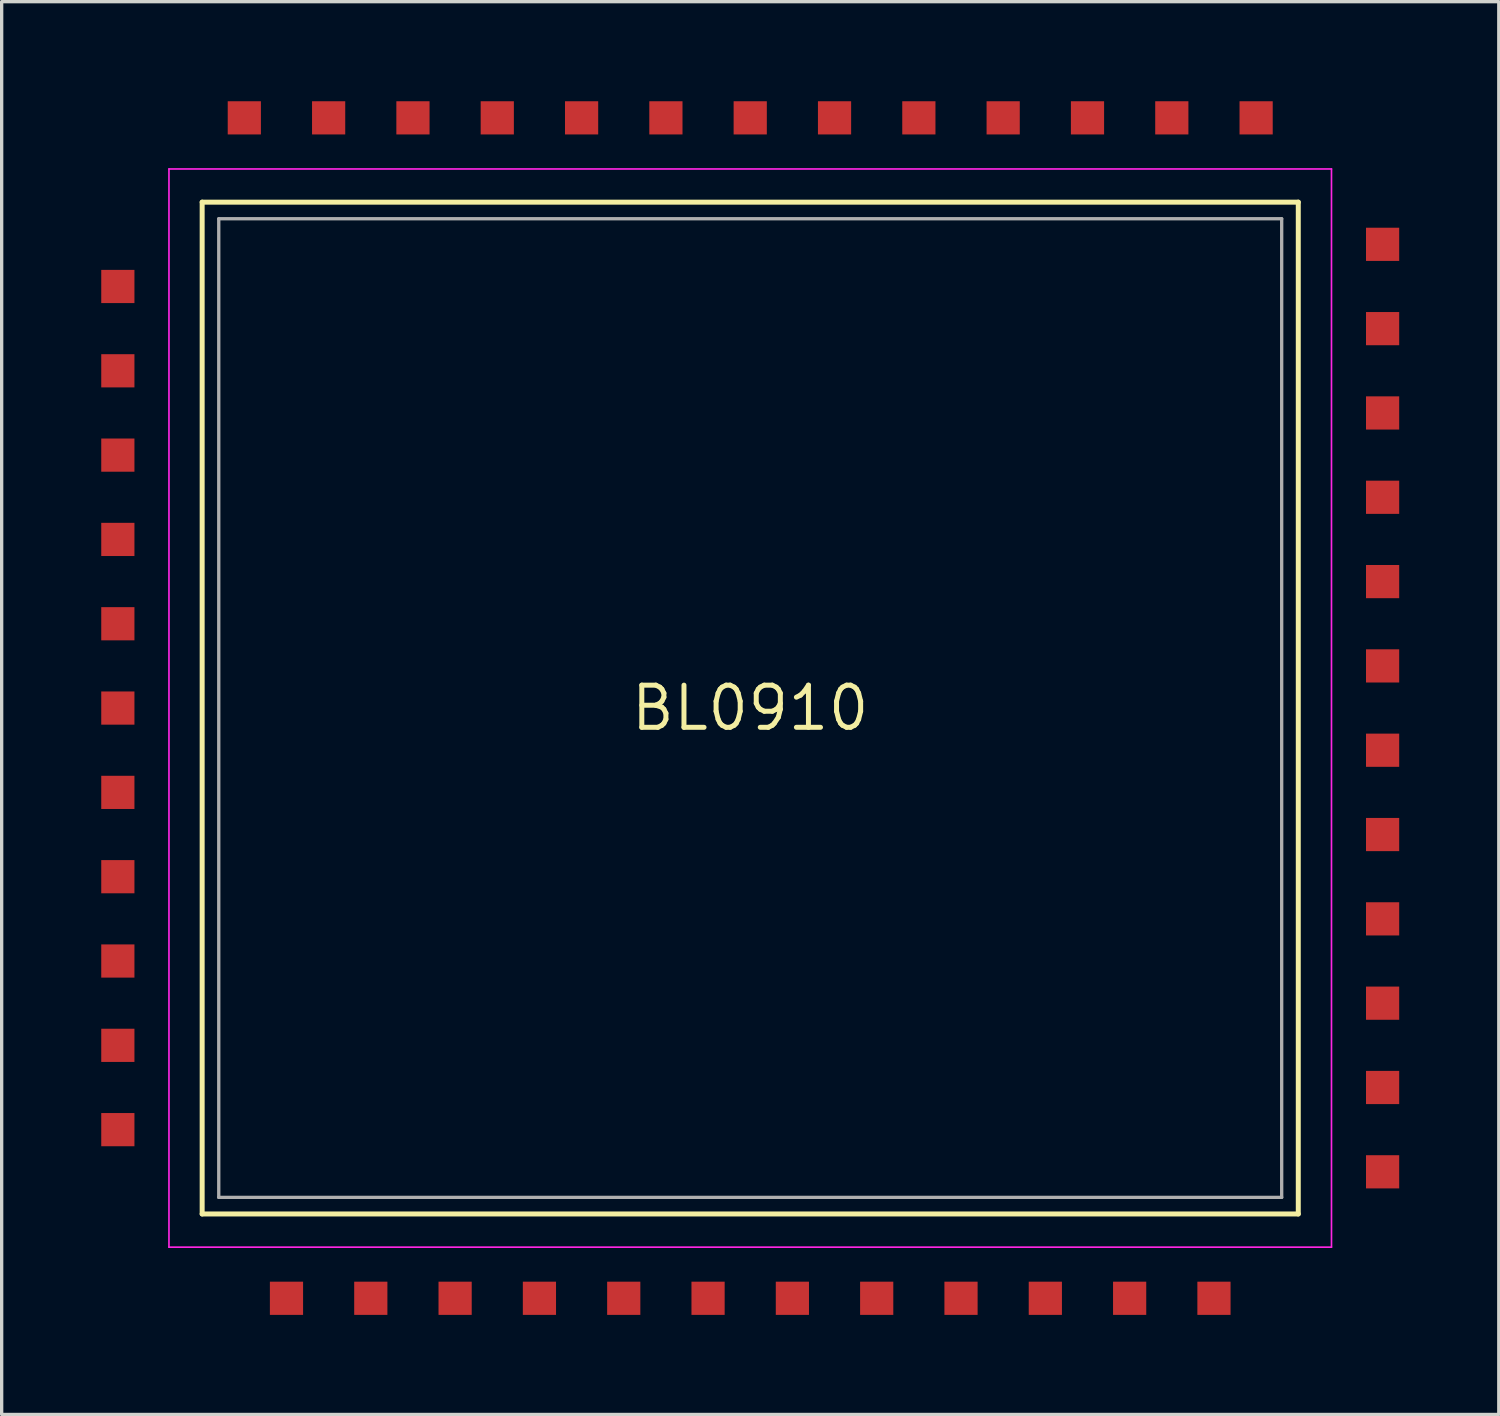
<source format=kicad_pcb>
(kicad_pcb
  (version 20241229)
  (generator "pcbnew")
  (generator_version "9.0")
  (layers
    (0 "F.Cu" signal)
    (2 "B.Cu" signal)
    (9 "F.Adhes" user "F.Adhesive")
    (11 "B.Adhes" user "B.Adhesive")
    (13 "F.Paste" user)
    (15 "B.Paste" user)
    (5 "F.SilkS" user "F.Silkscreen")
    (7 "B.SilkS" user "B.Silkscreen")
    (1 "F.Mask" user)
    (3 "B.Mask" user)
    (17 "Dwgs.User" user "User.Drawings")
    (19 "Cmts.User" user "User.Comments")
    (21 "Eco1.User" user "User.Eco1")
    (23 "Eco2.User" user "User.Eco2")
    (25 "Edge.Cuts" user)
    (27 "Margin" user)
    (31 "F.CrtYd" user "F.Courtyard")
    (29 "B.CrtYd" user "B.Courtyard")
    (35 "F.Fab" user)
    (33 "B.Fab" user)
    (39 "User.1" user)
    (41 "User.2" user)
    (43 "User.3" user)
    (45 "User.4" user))
  (footprint "BL0910"
    (layer "F.Cu")
    (at 19.55 18.28)
    (property "Reference" "BL0910" (at 0 0 0) (layer "F.SilkS") (effects (font (size 1.27 1.27) (thickness 0.15))))
    (attr smd)
    (fp_line (start -16.51 -15.24) (end 16.51 -15.24) (stroke (width 0.15) (type solid)) (layer "F.SilkS"))
    (fp_line (start -16.51 15.24) (end -16.51 -15.24) (stroke (width 0.15) (type solid)) (layer "F.SilkS"))
    (fp_line (start 16.51 -15.24) (end 16.51 15.24) (stroke (width 0.15) (type solid)) (layer "F.SilkS"))
    (fp_line (start 16.51 15.24) (end -16.51 15.24) (stroke (width 0.15) (type solid)) (layer "F.SilkS"))
    (fp_line (start -17.51 -16.24) (end 17.51 -16.24) (stroke (width 0.05) (type solid)) (layer "F.CrtYd"))
    (fp_line (start -17.51 16.24) (end -17.51 -16.24) (stroke (width 0.05) (type solid)) (layer "F.CrtYd"))
    (fp_line (start 17.51 -16.24) (end 17.51 16.24) (stroke (width 0.05) (type solid)) (layer "F.CrtYd"))
    (fp_line (start 17.51 16.24) (end -17.51 16.24) (stroke (width 0.05) (type solid)) (layer "F.CrtYd"))
    (fp_line (start -16.01 -14.74) (end 16.01 -14.74) (stroke (width 0.1) (type solid)) (layer "F.Fab"))
    (fp_line (start -16.01 14.74) (end -16.01 -14.74) (stroke (width 0.1) (type solid)) (layer "F.Fab"))
    (fp_line (start 16.01 -14.74) (end 16.01 14.74) (stroke (width 0.1) (type solid)) (layer "F.Fab"))
    (fp_line (start 16.01 14.74) (end -16.01 14.74) (stroke (width 0.1) (type solid)) (layer "F.Fab"))
    (pad "1" smd rect (at -19.05 -12.7) (size 1 1) (layers "F.Cu" "F.Mask" "F.Paste"))
    (pad "2" smd rect (at -19.05 -10.16) (size 1 1) (layers "F.Cu" "F.Mask" "F.Paste"))
    (pad "3" smd rect (at -19.05 -7.62) (size 1 1) (layers "F.Cu" "F.Mask" "F.Paste"))
    (pad "4" smd rect (at -19.05 -5.08) (size 1 1) (layers "F.Cu" "F.Mask" "F.Paste"))
    (pad "5" smd rect (at -19.05 -2.54) (size 1 1) (layers "F.Cu" "F.Mask" "F.Paste"))
    (pad "6" smd rect (at -19.05 0) (size 1 1) (layers "F.Cu" "F.Mask" "F.Paste"))
    (pad "7" smd rect (at -19.05 2.54) (size 1 1) (layers "F.Cu" "F.Mask" "F.Paste"))
    (pad "8" smd rect (at -19.05 5.08) (size 1 1) (layers "F.Cu" "F.Mask" "F.Paste"))
    (pad "9" smd rect (at -19.05 7.62) (size 1 1) (layers "F.Cu" "F.Mask" "F.Paste"))
    (pad "10" smd rect (at -19.05 10.16) (size 1 1) (layers "F.Cu" "F.Mask" "F.Paste"))
    (pad "11" smd rect (at -19.05 12.7) (size 1 1) (layers "F.Cu" "F.Mask" "F.Paste"))
    (pad "12" smd rect (at -13.97 17.78 270) (size 1 1) (layers "F.Cu" "F.Mask" "F.Paste"))
    (pad "13" smd rect (at -11.43 17.78 270) (size 1 1) (layers "F.Cu" "F.Mask" "F.Paste"))
    (pad "14" smd rect (at -8.89 17.78 270) (size 1 1) (layers "F.Cu" "F.Mask" "F.Paste"))
    (pad "15" smd rect (at -6.35 17.78 270) (size 1 1) (layers "F.Cu" "F.Mask" "F.Paste"))
    (pad "16" smd rect (at -3.81 17.78 270) (size 1 1) (layers "F.Cu" "F.Mask" "F.Paste"))
    (pad "17" smd rect (at -1.27 17.78 270) (size 1 1) (layers "F.Cu" "F.Mask" "F.Paste"))
    (pad "18" smd rect (at 1.27 17.78 270) (size 1 1) (layers "F.Cu" "F.Mask" "F.Paste"))
    (pad "19" smd rect (at 3.81 17.78 270) (size 1 1) (layers "F.Cu" "F.Mask" "F.Paste"))
    (pad "20" smd rect (at 6.35 17.78 270) (size 1 1) (layers "F.Cu" "F.Mask" "F.Paste"))
    (pad "21" smd rect (at 8.89 17.78 270) (size 1 1) (layers "F.Cu" "F.Mask" "F.Paste"))
    (pad "22" smd rect (at 11.43 17.78 270) (size 1 1) (layers "F.Cu" "F.Mask" "F.Paste"))
    (pad "23" smd rect (at 13.97 17.78 270) (size 1 1) (layers "F.Cu" "F.Mask" "F.Paste"))
    (pad "24" smd rect (at 19.05 13.97 180) (size 1 1) (layers "F.Cu" "F.Mask" "F.Paste"))
    (pad "25" smd rect (at 19.05 11.43 180) (size 1 1) (layers "F.Cu" "F.Mask" "F.Paste"))
    (pad "26" smd rect (at 19.05 8.89 180) (size 1 1) (layers "F.Cu" "F.Mask" "F.Paste"))
    (pad "27" smd rect (at 19.05 6.35 180) (size 1 1) (layers "F.Cu" "F.Mask" "F.Paste"))
    (pad "28" smd rect (at 19.05 3.81 180) (size 1 1) (layers "F.Cu" "F.Mask" "F.Paste"))
    (pad "29" smd rect (at 19.05 1.27 180) (size 1 1) (layers "F.Cu" "F.Mask" "F.Paste"))
    (pad "30" smd rect (at 19.05 -1.27 180) (size 1 1) (layers "F.Cu" "F.Mask" "F.Paste"))
    (pad "31" smd rect (at 19.05 -3.81 180) (size 1 1) (layers "F.Cu" "F.Mask" "F.Paste"))
    (pad "32" smd rect (at 19.05 -6.35 180) (size 1 1) (layers "F.Cu" "F.Mask" "F.Paste"))
    (pad "33" smd rect (at 19.05 -8.89 180) (size 1 1) (layers "F.Cu" "F.Mask" "F.Paste"))
    (pad "34" smd rect (at 19.05 -11.43 180) (size 1 1) (layers "F.Cu" "F.Mask" "F.Paste"))
    (pad "35" smd rect (at 19.05 -13.97 180) (size 1 1) (layers "F.Cu" "F.Mask" "F.Paste"))
    (pad "36" smd rect (at 15.24 -17.78 90) (size 1 1) (layers "F.Cu" "F.Mask" "F.Paste"))
    (pad "37" smd rect (at 12.7 -17.78 90) (size 1 1) (layers "F.Cu" "F.Mask" "F.Paste"))
    (pad "38" smd rect (at 10.16 -17.78 90) (size 1 1) (layers "F.Cu" "F.Mask" "F.Paste"))
    (pad "39" smd rect (at 7.62 -17.78 90) (size 1 1) (layers "F.Cu" "F.Mask" "F.Paste"))
    (pad "40" smd rect (at 5.08 -17.78 90) (size 1 1) (layers "F.Cu" "F.Mask" "F.Paste"))
    (pad "41" smd rect (at 2.54 -17.78 90) (size 1 1) (layers "F.Cu" "F.Mask" "F.Paste"))
    (pad "42" smd rect (at 0 -17.78 90) (size 1 1) (layers "F.Cu" "F.Mask" "F.Paste"))
    (pad "43" smd rect (at -2.54 -17.78 90) (size 1 1) (layers "F.Cu" "F.Mask" "F.Paste"))
    (pad "44" smd rect (at -5.08 -17.78 90) (size 1 1) (layers "F.Cu" "F.Mask" "F.Paste"))
    (pad "45" smd rect (at -7.62 -17.78 90) (size 1 1) (layers "F.Cu" "F.Mask" "F.Paste"))
    (pad "46" smd rect (at -10.16 -17.78 90) (size 1 1) (layers "F.Cu" "F.Mask" "F.Paste"))
    (pad "47" smd rect (at -12.7 -17.78 90) (size 1 1) (layers "F.Cu" "F.Mask" "F.Paste"))
    (pad "48" smd rect (at -15.24 -17.78 90) (size 1 1) (layers "F.Cu" "F.Mask" "F.Paste")))
  (gr_rect
    (start -3 -3)
    (end 42.1 39.56)
    (stroke (width 0.1) (type default))
    (fill no)
    (layer "Edge.Cuts")))
</source>
